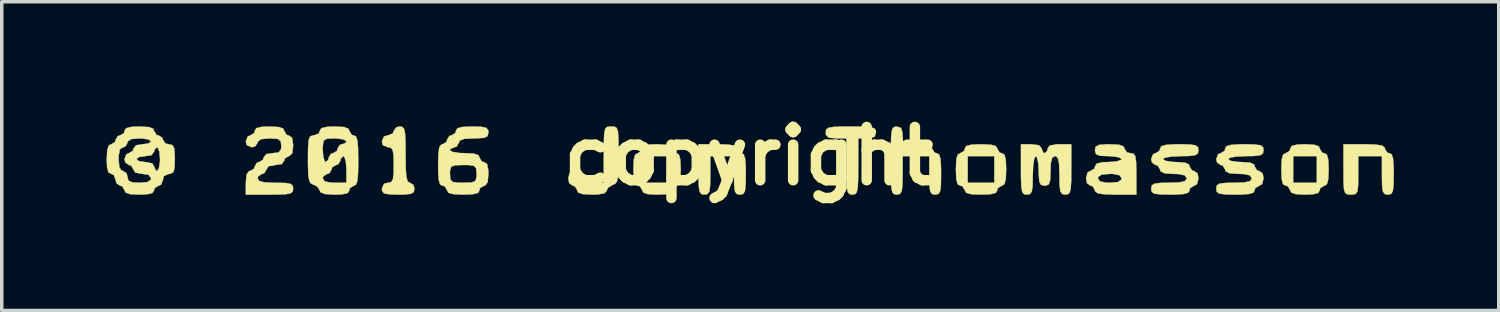
<source format=kicad_pcb>
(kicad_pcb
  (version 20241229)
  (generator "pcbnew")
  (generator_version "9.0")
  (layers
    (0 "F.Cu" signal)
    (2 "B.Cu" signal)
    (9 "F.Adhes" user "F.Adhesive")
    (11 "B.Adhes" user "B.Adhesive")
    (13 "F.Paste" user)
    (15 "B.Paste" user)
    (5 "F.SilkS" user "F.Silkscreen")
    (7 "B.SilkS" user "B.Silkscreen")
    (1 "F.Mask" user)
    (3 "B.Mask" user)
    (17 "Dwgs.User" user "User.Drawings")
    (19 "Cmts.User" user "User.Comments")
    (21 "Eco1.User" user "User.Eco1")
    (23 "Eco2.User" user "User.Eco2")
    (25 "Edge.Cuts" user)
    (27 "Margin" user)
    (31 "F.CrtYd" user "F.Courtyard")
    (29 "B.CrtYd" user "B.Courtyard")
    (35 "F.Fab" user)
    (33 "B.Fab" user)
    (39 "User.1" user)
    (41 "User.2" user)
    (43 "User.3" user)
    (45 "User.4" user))
  (footprint "copyright"
    (layer "F.Cu")
    (at 18.378 1.418)
    (property "Reference" "copyright" (at 0 0 0) (layer "F.SilkS") (effects (font (size 1.524 1.524) (thickness 0.3))))
    (attr through_hole)
    (fp_poly (pts (xy 3.271 -0.844) (xy 3.485 -0.829) (xy 3.595 -0.795) (xy 3.636 -0.734) (xy 3.641 -0.677) (xy 3.601 -0.553) (xy 3.452 -0.51) (xy 3.387 -0.508) (xy 3.133 -0.508) (xy 3.133 0.296) (xy 3.13 0.67) (xy 3.118 0.906) (xy 3.09 1.036) (xy 3.039 1.09) (xy 2.963 1.101) (xy 2.885 1.089) (xy 2.835 1.031) (xy 2.808 0.897) (xy 2.796 0.655) (xy 2.794 0.296) (xy 2.794 -0.508) (xy 2.498 -0.508) (xy 2.293 -0.527) (xy 2.211 -0.601) (xy 2.201 -0.677) (xy 2.215 -0.76) (xy 2.277 -0.81) (xy 2.421 -0.836) (xy 2.68 -0.846) (xy 2.921 -0.847) (xy 3.271 -0.844)) (stroke (width 0.01) (type solid)) (fill yes) (layer "F.SilkS"))
    (fp_poly (pts (xy -0.58 -0.33) (xy -0.409 -0.3) (xy -0.343 -0.24) (xy -0.339 -0.212) (xy -0.271 -0.099) (xy -0.212 -0.085) (xy -0.143 -0.05) (xy -0.103 0.076) (xy -0.087 0.322) (xy -0.085 0.508) (xy -0.089 0.819) (xy -0.11 0.998) (xy -0.157 1.08) (xy -0.241 1.101) (xy -0.254 1.101) (xy -0.346 1.084) (xy -0.397 1.007) (xy -0.419 0.834) (xy -0.423 0.55) (xy -0.423 0) (xy -1.101 0) (xy -1.101 0.55) (xy -1.106 0.848) (xy -1.129 1.014) (xy -1.183 1.086) (xy -1.27 1.101) (xy -1.352 1.087) (xy -1.403 1.025) (xy -1.429 0.881) (xy -1.438 0.622) (xy -1.439 0.381) (xy -1.439 -0.339) (xy -0.889 -0.339) (xy -0.58 -0.33)) (stroke (width 0.01) (type solid)) (fill yes) (layer "F.SilkS"))
    (fp_poly (pts (xy 17.933 -0.331) (xy 18.117 -0.304) (xy 18.195 -0.251) (xy 18.203 -0.212) (xy 18.271 -0.099) (xy 18.33 -0.085) (xy 18.399 -0.05) (xy 18.439 0.076) (xy 18.455 0.322) (xy 18.457 0.508) (xy 18.453 0.819) (xy 18.432 0.998) (xy 18.385 1.08) (xy 18.301 1.101) (xy 18.288 1.101) (xy 18.196 1.084) (xy 18.145 1.007) (xy 18.123 0.834) (xy 18.119 0.55) (xy 18.119 0) (xy 17.441 0) (xy 17.441 0.55) (xy 17.438 0.846) (xy 17.417 1.011) (xy 17.364 1.083) (xy 17.264 1.1) (xy 17.23 1.101) (xy 17.127 1.094) (xy 17.065 1.052) (xy 17.032 0.941) (xy 17.02 0.727) (xy 17.018 0.381) (xy 17.018 -0.339) (xy 17.611 -0.339) (xy 17.933 -0.331)) (stroke (width 0.01) (type solid)) (fill yes) (layer "F.SilkS"))
    (fp_poly (pts (xy -9.912 -0.835) (xy -9.862 -0.777) (xy -9.835 -0.643) (xy -9.824 -0.401) (xy -9.821 -0.042) (xy -9.817 0.341) (xy -9.8 0.584) (xy -9.767 0.714) (xy -9.713 0.76) (xy -9.694 0.762) (xy -9.591 0.833) (xy -9.567 0.931) (xy -9.588 1.029) (xy -9.675 1.08) (xy -9.87 1.099) (xy -10.033 1.101) (xy -10.302 1.093) (xy -10.442 1.062) (xy -10.494 0.991) (xy -10.499 0.931) (xy -10.439 0.79) (xy -10.329 0.762) (xy -10.235 0.743) (xy -10.184 0.662) (xy -10.163 0.479) (xy -10.16 0.254) (xy -10.166 -0.03) (xy -10.193 -0.183) (xy -10.254 -0.245) (xy -10.329 -0.254) (xy -10.471 -0.314) (xy -10.499 -0.423) (xy -10.439 -0.565) (xy -10.329 -0.593) (xy -10.191 -0.646) (xy -10.16 -0.72) (xy -10.089 -0.823) (xy -9.991 -0.847) (xy -9.912 -0.835)) (stroke (width 0.01) (type solid)) (fill yes) (layer "F.SilkS"))
    (fp_poly (pts (xy -3.839 -0.841) (xy -3.778 -0.804) (xy -3.743 -0.702) (xy -3.729 -0.506) (xy -3.725 -0.183) (xy -3.725 -0.034) (xy -3.728 0.344) (xy -3.742 0.586) (xy -3.772 0.725) (xy -3.825 0.794) (xy -3.895 0.822) (xy -4.032 0.907) (xy -4.064 0.984) (xy -4.122 1.059) (xy -4.31 1.095) (xy -4.487 1.101) (xy -4.754 1.087) (xy -4.884 1.04) (xy -4.911 0.974) (xy -4.978 0.861) (xy -5.038 0.847) (xy -5.14 0.773) (xy -5.165 0.635) (xy -5.125 0.469) (xy -4.995 0.423) (xy -4.854 0.483) (xy -4.826 0.593) (xy -4.798 0.703) (xy -4.683 0.752) (xy -4.487 0.762) (xy -4.149 0.762) (xy -4.149 -0.042) (xy -4.147 -0.415) (xy -4.137 -0.65) (xy -4.11 -0.779) (xy -4.058 -0.834) (xy -3.973 -0.846) (xy -3.937 -0.847) (xy -3.839 -0.841)) (stroke (width 0.01) (type solid)) (fill yes) (layer "F.SilkS"))
    (fp_poly (pts (xy -2.358 -0.325) (xy -2.228 -0.278) (xy -2.201 -0.212) (xy -2.134 -0.099) (xy -2.074 -0.085) (xy -1.998 -0.043) (xy -1.958 0.104) (xy -1.947 0.381) (xy -1.959 0.662) (xy -1.999 0.806) (xy -2.074 0.847) (xy -2.187 0.914) (xy -2.201 0.974) (xy -2.247 1.054) (xy -2.404 1.093) (xy -2.625 1.101) (xy -2.891 1.087) (xy -3.021 1.04) (xy -3.048 0.974) (xy -3.116 0.861) (xy -3.175 0.847) (xy -3.252 0.805) (xy -3.291 0.658) (xy -3.302 0.381) (xy -3.291 0.1) (xy -3.263 0) (xy -2.963 0) (xy -2.963 0.762) (xy -2.286 0.762) (xy -2.286 0) (xy -2.963 0) (xy -3.263 0) (xy -3.251 -0.044) (xy -3.175 -0.085) (xy -3.063 -0.152) (xy -3.048 -0.212) (xy -3.003 -0.292) (xy -2.846 -0.331) (xy -2.625 -0.339) (xy -2.358 -0.325)) (stroke (width 0.01) (type solid)) (fill yes) (layer "F.SilkS"))
    (fp_poly (pts (xy 6.927 -0.327) (xy 7.072 -0.287) (xy 7.112 -0.212) (xy 7.18 -0.099) (xy 7.239 -0.085) (xy 7.316 -0.043) (xy 7.355 0.104) (xy 7.366 0.381) (xy 7.355 0.662) (xy 7.315 0.806) (xy 7.239 0.847) (xy 7.127 0.914) (xy 7.112 0.974) (xy 7.07 1.05) (xy 6.923 1.09) (xy 6.646 1.101) (xy 6.366 1.089) (xy 6.221 1.049) (xy 6.181 0.974) (xy 6.113 0.861) (xy 6.054 0.847) (xy 5.977 0.805) (xy 5.938 0.658) (xy 5.927 0.381) (xy 5.938 0.1) (xy 5.966 0) (xy 6.265 0) (xy 6.265 0.762) (xy 7.027 0.762) (xy 7.027 0) (xy 6.265 0) (xy 5.966 0) (xy 5.978 -0.044) (xy 6.054 -0.085) (xy 6.166 -0.152) (xy 6.181 -0.212) (xy 6.222 -0.288) (xy 6.369 -0.328) (xy 6.646 -0.339) (xy 6.927 -0.327)) (stroke (width 0.01) (type solid)) (fill yes) (layer "F.SilkS"))
    (fp_poly (pts (xy 16.184 -0.325) (xy 16.314 -0.278) (xy 16.341 -0.212) (xy 16.408 -0.099) (xy 16.468 -0.085) (xy 16.544 -0.043) (xy 16.584 0.104) (xy 16.595 0.381) (xy 16.583 0.662) (xy 16.543 0.806) (xy 16.468 0.847) (xy 16.355 0.914) (xy 16.341 0.974) (xy 16.295 1.054) (xy 16.138 1.093) (xy 15.917 1.101) (xy 15.651 1.087) (xy 15.521 1.04) (xy 15.494 0.974) (xy 15.426 0.861) (xy 15.367 0.847) (xy 15.29 0.805) (xy 15.251 0.658) (xy 15.24 0.381) (xy 15.251 0.1) (xy 15.279 0) (xy 15.579 0) (xy 15.579 0.762) (xy 16.256 0.762) (xy 16.256 0) (xy 15.579 0) (xy 15.279 0) (xy 15.291 -0.044) (xy 15.367 -0.085) (xy 15.479 -0.152) (xy 15.494 -0.212) (xy 15.539 -0.292) (xy 15.696 -0.331) (xy 15.917 -0.339) (xy 16.184 -0.325)) (stroke (width 0.01) (type solid)) (fill yes) (layer "F.SilkS"))
    (fp_poly (pts (xy 4.357 -0.807) (xy 4.401 -0.658) (xy 4.403 -0.593) (xy 4.412 -0.442) (xy 4.469 -0.367) (xy 4.617 -0.342) (xy 4.826 -0.339) (xy 5.092 -0.325) (xy 5.222 -0.278) (xy 5.249 -0.212) (xy 5.317 -0.099) (xy 5.376 -0.085) (xy 5.445 -0.05) (xy 5.485 0.076) (xy 5.501 0.322) (xy 5.503 0.508) (xy 5.499 0.819) (xy 5.478 0.998) (xy 5.431 1.08) (xy 5.347 1.101) (xy 5.334 1.101) (xy 5.242 1.084) (xy 5.191 1.007) (xy 5.169 0.834) (xy 5.165 0.55) (xy 5.165 0) (xy 4.403 0) (xy 4.403 0.55) (xy 4.397 0.848) (xy 4.374 1.014) (xy 4.321 1.086) (xy 4.233 1.101) (xy 4.161 1.09) (xy 4.112 1.04) (xy 4.083 0.922) (xy 4.069 0.706) (xy 4.064 0.365) (xy 4.064 0.127) (xy 4.066 -0.291) (xy 4.075 -0.569) (xy 4.095 -0.735) (xy 4.133 -0.817) (xy 4.192 -0.844) (xy 4.233 -0.847) (xy 4.357 -0.807)) (stroke (width 0.01) (type solid)) (fill yes) (layer "F.SilkS"))
    (fp_poly (pts (xy 8.305 -0.311) (xy 8.381 -0.223) (xy 8.382 -0.212) (xy 8.428 -0.099) (xy 8.467 -0.085) (xy 8.542 -0.153) (xy 8.551 -0.212) (xy 8.607 -0.3) (xy 8.793 -0.336) (xy 8.89 -0.339) (xy 9.229 -0.339) (xy 9.229 0.381) (xy 9.226 0.731) (xy 9.211 0.945) (xy 9.177 1.055) (xy 9.116 1.096) (xy 9.059 1.101) (xy 8.968 1.084) (xy 8.917 1.007) (xy 8.895 0.834) (xy 8.89 0.55) (xy 8.882 0.242) (xy 8.851 0.07) (xy 8.792 0.004) (xy 8.763 0) (xy 8.683 0.045) (xy 8.644 0.202) (xy 8.636 0.423) (xy 8.627 0.677) (xy 8.589 0.804) (xy 8.506 0.845) (xy 8.467 0.847) (xy 8.365 0.824) (xy 8.314 0.73) (xy 8.298 0.521) (xy 8.297 0.423) (xy 8.282 0.182) (xy 8.243 0.029) (xy 8.213 0) (xy 8.168 0.078) (xy 8.138 0.284) (xy 8.128 0.55) (xy 8.123 0.848) (xy 8.099 1.014) (xy 8.046 1.086) (xy 7.959 1.101) (xy 7.876 1.087) (xy 7.826 1.025) (xy 7.8 0.881) (xy 7.79 0.622) (xy 7.789 0.381) (xy 7.789 -0.339) (xy 8.086 -0.339) (xy 8.305 -0.311)) (stroke (width 0.01) (type solid)) (fill yes) (layer "F.SilkS"))
    (fp_poly (pts (xy 10.596 -0.325) (xy 10.726 -0.278) (xy 10.753 -0.212) (xy 10.823 -0.108) (xy 10.922 -0.085) (xy 11.011 -0.069) (xy 11.062 0.003) (xy 11.085 0.168) (xy 11.091 0.461) (xy 11.091 0.508) (xy 11.091 1.101) (xy 10.499 1.101) (xy 10.177 1.093) (xy 9.992 1.066) (xy 9.915 1.013) (xy 9.906 0.974) (xy 9.838 0.861) (xy 9.779 0.847) (xy 9.677 0.773) (xy 9.652 0.635) (xy 9.991 0.635) (xy 10.047 0.723) (xy 10.232 0.76) (xy 10.329 0.762) (xy 10.565 0.741) (xy 10.662 0.672) (xy 10.668 0.635) (xy 10.612 0.547) (xy 10.427 0.51) (xy 10.329 0.508) (xy 10.094 0.529) (xy 9.997 0.598) (xy 9.991 0.635) (xy 9.652 0.635) (xy 9.696 0.465) (xy 9.779 0.423) (xy 9.891 0.356) (xy 9.906 0.296) (xy 9.956 0.213) (xy 10.125 0.174) (xy 10.287 0.169) (xy 10.514 0.153) (xy 10.651 0.11) (xy 10.668 0.085) (xy 10.592 0.034) (xy 10.401 0.004) (xy 10.287 0) (xy 10.049 -0.011) (xy 9.936 -0.057) (xy 9.906 -0.157) (xy 9.906 -0.169) (xy 9.928 -0.271) (xy 10.023 -0.322) (xy 10.231 -0.338) (xy 10.329 -0.339) (xy 10.596 -0.325)) (stroke (width 0.01) (type solid)) (fill yes) (layer "F.SilkS"))
    (fp_poly (pts (xy 12.617 -0.333) (xy 12.783 -0.31) (xy 12.855 -0.257) (xy 12.869 -0.169) (xy 12.851 -0.075) (xy 12.769 -0.024) (xy 12.586 -0.003) (xy 12.361 0) (xy 12.091 0.013) (xy 11.907 0.046) (xy 11.853 0.085) (xy 11.929 0.135) (xy 12.12 0.165) (xy 12.234 0.169) (xy 12.485 0.186) (xy 12.6 0.242) (xy 12.615 0.296) (xy 12.683 0.409) (xy 12.742 0.423) (xy 12.844 0.497) (xy 12.869 0.635) (xy 12.825 0.805) (xy 12.742 0.847) (xy 12.63 0.914) (xy 12.615 0.974) (xy 12.579 1.045) (xy 12.447 1.084) (xy 12.19 1.1) (xy 12.065 1.101) (xy 11.767 1.095) (xy 11.601 1.072) (xy 11.529 1.019) (xy 11.515 0.931) (xy 11.533 0.837) (xy 11.615 0.786) (xy 11.798 0.765) (xy 12.023 0.762) (xy 12.318 0.752) (xy 12.476 0.718) (xy 12.53 0.65) (xy 12.531 0.635) (xy 12.481 0.551) (xy 12.311 0.513) (xy 12.15 0.508) (xy 11.899 0.491) (xy 11.784 0.435) (xy 11.769 0.381) (xy 11.701 0.269) (xy 11.642 0.254) (xy 11.538 0.183) (xy 11.515 0.085) (xy 11.568 -0.053) (xy 11.642 -0.085) (xy 11.754 -0.152) (xy 11.769 -0.212) (xy 11.805 -0.283) (xy 11.937 -0.322) (xy 12.194 -0.338) (xy 12.319 -0.339) (xy 12.617 -0.333)) (stroke (width 0.01) (type solid)) (fill yes) (layer "F.SilkS"))
    (fp_poly (pts (xy 14.479 -0.333) (xy 14.646 -0.31) (xy 14.717 -0.257) (xy 14.732 -0.169) (xy 14.713 -0.075) (xy 14.632 -0.024) (xy 14.449 -0.003) (xy 14.224 0) (xy 13.953 0.013) (xy 13.77 0.046) (xy 13.716 0.085) (xy 13.792 0.135) (xy 13.983 0.165) (xy 14.097 0.169) (xy 14.348 0.186) (xy 14.463 0.242) (xy 14.478 0.296) (xy 14.546 0.409) (xy 14.605 0.423) (xy 14.707 0.497) (xy 14.732 0.635) (xy 14.688 0.805) (xy 14.605 0.847) (xy 14.493 0.914) (xy 14.478 0.974) (xy 14.441 1.045) (xy 14.31 1.084) (xy 14.053 1.1) (xy 13.928 1.101) (xy 13.63 1.095) (xy 13.464 1.072) (xy 13.392 1.019) (xy 13.377 0.931) (xy 13.396 0.837) (xy 13.477 0.786) (xy 13.66 0.765) (xy 13.885 0.762) (xy 14.18 0.752) (xy 14.339 0.718) (xy 14.392 0.65) (xy 14.393 0.635) (xy 14.343 0.551) (xy 14.174 0.513) (xy 14.012 0.508) (xy 13.761 0.491) (xy 13.647 0.435) (xy 13.631 0.381) (xy 13.564 0.269) (xy 13.504 0.254) (xy 13.401 0.183) (xy 13.377 0.085) (xy 13.43 -0.053) (xy 13.504 -0.085) (xy 13.617 -0.152) (xy 13.631 -0.212) (xy 13.668 -0.283) (xy 13.799 -0.322) (xy 14.057 -0.338) (xy 14.182 -0.339) (xy 14.479 -0.333)) (stroke (width 0.01) (type solid)) (fill yes) (layer "F.SilkS"))
    (fp_poly (pts (xy -13.45 -0.833) (xy -13.32 -0.786) (xy -13.293 -0.72) (xy -13.225 -0.607) (xy -13.166 -0.593) (xy -13.072 -0.528) (xy -13.039 -0.323) (xy -13.039 -0.296) (xy -13.066 -0.077) (xy -13.154 -0.001) (xy -13.166 0) (xy -13.278 0.068) (xy -13.293 0.127) (xy -13.368 0.228) (xy -13.547 0.254) (xy -13.748 0.292) (xy -13.801 0.381) (xy -13.868 0.493) (xy -13.928 0.508) (xy -14.04 0.576) (xy -14.055 0.635) (xy -14.016 0.709) (xy -13.877 0.748) (xy -13.608 0.762) (xy -13.547 0.762) (xy -13.263 0.768) (xy -13.11 0.795) (xy -13.048 0.856) (xy -13.039 0.931) (xy -13.053 1.016) (xy -13.118 1.066) (xy -13.268 1.092) (xy -13.537 1.1) (xy -13.716 1.101) (xy -14.393 1.101) (xy -14.393 0.762) (xy -14.372 0.527) (xy -14.303 0.429) (xy -14.266 0.423) (xy -14.154 0.356) (xy -14.139 0.296) (xy -14.072 0.184) (xy -14.012 0.169) (xy -13.9 0.102) (xy -13.885 0.042) (xy -13.81 -0.058) (xy -13.631 -0.085) (xy -13.45 -0.107) (xy -13.383 -0.204) (xy -13.377 -0.296) (xy -13.396 -0.433) (xy -13.483 -0.493) (xy -13.687 -0.508) (xy -13.716 -0.508) (xy -13.951 -0.487) (xy -14.049 -0.418) (xy -14.055 -0.381) (xy -14.125 -0.278) (xy -14.224 -0.254) (xy -14.366 -0.314) (xy -14.393 -0.423) (xy -14.34 -0.561) (xy -14.266 -0.593) (xy -14.154 -0.66) (xy -14.139 -0.72) (xy -14.094 -0.8) (xy -13.937 -0.839) (xy -13.716 -0.847) (xy -13.45 -0.833)) (stroke (width 0.01) (type solid)) (fill yes) (layer "F.SilkS"))
    (fp_poly (pts (xy -7.647 -0.839) (xy -7.507 -0.808) (xy -7.456 -0.737) (xy -7.451 -0.677) (xy -7.473 -0.576) (xy -7.568 -0.525) (xy -7.776 -0.509) (xy -7.874 -0.508) (xy -8.14 -0.494) (xy -8.27 -0.447) (xy -8.297 -0.381) (xy -8.365 -0.269) (xy -8.424 -0.254) (xy -8.537 -0.208) (xy -8.551 -0.169) (xy -8.475 -0.121) (xy -8.28 -0.09) (xy -8.128 -0.085) (xy -7.862 -0.071) (xy -7.732 -0.024) (xy -7.705 0.042) (xy -7.637 0.155) (xy -7.578 0.169) (xy -7.489 0.225) (xy -7.453 0.411) (xy -7.451 0.508) (xy -7.472 0.743) (xy -7.541 0.841) (xy -7.578 0.847) (xy -7.69 0.914) (xy -7.705 0.974) (xy -7.746 1.05) (xy -7.893 1.09) (xy -8.17 1.101) (xy -8.451 1.089) (xy -8.596 1.049) (xy -8.636 0.974) (xy -8.704 0.861) (xy -8.763 0.847) (xy -8.832 0.812) (xy -8.871 0.686) (xy -8.884 0.508) (xy -8.551 0.508) (xy -8.54 0.664) (xy -8.477 0.738) (xy -8.314 0.761) (xy -8.17 0.762) (xy -7.936 0.755) (xy -7.825 0.712) (xy -7.791 0.604) (xy -7.789 0.508) (xy -7.8 0.352) (xy -7.864 0.278) (xy -8.027 0.255) (xy -8.17 0.254) (xy -8.405 0.261) (xy -8.516 0.304) (xy -8.549 0.412) (xy -8.551 0.508) (xy -8.884 0.508) (xy -8.888 0.44) (xy -8.89 0.254) (xy -8.883 -0.068) (xy -8.856 -0.252) (xy -8.803 -0.33) (xy -8.763 -0.339) (xy -8.651 -0.406) (xy -8.636 -0.466) (xy -8.568 -0.578) (xy -8.509 -0.593) (xy -8.397 -0.66) (xy -8.382 -0.72) (xy -8.34 -0.796) (xy -8.193 -0.836) (xy -7.916 -0.847) (xy -7.647 -0.839)) (stroke (width 0.01) (type solid)) (fill yes) (layer "F.SilkS"))
    (fp_poly (pts (xy -11.587 -0.833) (xy -11.457 -0.786) (xy -11.43 -0.72) (xy -11.362 -0.607) (xy -11.303 -0.593) (xy -11.24 -0.562) (xy -11.201 -0.45) (xy -11.181 -0.228) (xy -11.176 0.127) (xy -11.181 0.487) (xy -11.201 0.707) (xy -11.24 0.817) (xy -11.303 0.847) (xy -11.415 0.914) (xy -11.43 0.974) (xy -11.475 1.054) (xy -11.632 1.093) (xy -11.853 1.101) (xy -12.128 1.085) (xy -12.258 1.033) (xy -12.277 0.984) (xy -12.348 0.87) (xy -12.446 0.822) (xy -12.531 0.783) (xy -12.581 0.697) (xy -12.59 0.635) (xy -12.192 0.635) (xy -12.136 0.723) (xy -11.951 0.76) (xy -11.853 0.762) (xy -11.515 0.762) (xy -11.515 0.381) (xy -11.531 0.154) (xy -11.574 0.017) (xy -11.599 0) (xy -11.674 0.069) (xy -11.684 0.127) (xy -11.752 0.239) (xy -11.811 0.254) (xy -11.923 0.322) (xy -11.938 0.381) (xy -12.006 0.493) (xy -12.065 0.508) (xy -12.177 0.576) (xy -12.192 0.635) (xy -12.59 0.635) (xy -12.607 0.527) (xy -12.615 0.237) (xy -12.615 0.093) (xy -12.613 -0.169) (xy -12.192 -0.169) (xy -12.173 0.043) (xy -12.126 0.161) (xy -12.107 0.169) (xy -12.032 0.101) (xy -12.023 0.042) (xy -11.955 -0.07) (xy -11.896 -0.085) (xy -11.783 -0.152) (xy -11.769 -0.212) (xy -11.701 -0.324) (xy -11.642 -0.339) (xy -11.529 -0.384) (xy -11.515 -0.423) (xy -11.59 -0.476) (xy -11.777 -0.506) (xy -11.853 -0.508) (xy -12.07 -0.5) (xy -12.166 -0.443) (xy -12.191 -0.288) (xy -12.192 -0.169) (xy -12.613 -0.169) (xy -12.612 -0.247) (xy -12.596 -0.452) (xy -12.559 -0.555) (xy -12.493 -0.59) (xy -12.446 -0.593) (xy -12.308 -0.646) (xy -12.277 -0.72) (xy -12.231 -0.8) (xy -12.074 -0.839) (xy -11.853 -0.847) (xy -11.587 -0.833)) (stroke (width 0.01) (type solid)) (fill yes) (layer "F.SilkS"))
    (fp_poly (pts (xy -17.175 -0.833) (xy -17.045 -0.786) (xy -17.018 -0.72) (xy -16.95 -0.607) (xy -16.891 -0.593) (xy -16.779 -0.525) (xy -16.764 -0.466) (xy -16.693 -0.362) (xy -16.595 -0.339) (xy -16.493 -0.316) (xy -16.442 -0.222) (xy -16.426 -0.013) (xy -16.425 0.085) (xy -16.434 0.339) (xy -16.472 0.465) (xy -16.555 0.506) (xy -16.595 0.508) (xy -16.736 0.568) (xy -16.764 0.677) (xy -16.817 0.815) (xy -16.891 0.847) (xy -17.003 0.914) (xy -17.018 0.974) (xy -17.063 1.054) (xy -17.22 1.093) (xy -17.441 1.101) (xy -17.708 1.087) (xy -17.838 1.04) (xy -17.865 0.974) (xy -17.932 0.861) (xy -17.992 0.847) (xy -18.095 0.776) (xy -18.119 0.677) (xy -18.172 0.539) (xy -18.246 0.508) (xy -18.326 0.463) (xy -18.365 0.306) (xy -18.373 0.085) (xy -18.034 0.085) (xy -18.013 0.32) (xy -17.944 0.417) (xy -17.907 0.423) (xy -17.804 0.494) (xy -17.78 0.593) (xy -17.752 0.703) (xy -17.637 0.752) (xy -17.441 0.762) (xy -17.206 0.741) (xy -17.109 0.672) (xy -17.103 0.635) (xy -17.178 0.534) (xy -17.357 0.508) (xy -17.558 0.47) (xy -17.611 0.381) (xy -17.678 0.269) (xy -17.738 0.254) (xy -17.841 0.183) (xy -17.865 0.085) (xy -17.526 0.085) (xy -17.452 0.144) (xy -17.275 0.169) (xy -17.272 0.169) (xy -17.07 0.207) (xy -17.018 0.296) (xy -16.972 0.409) (xy -16.933 0.423) (xy -16.88 0.348) (xy -16.851 0.161) (xy -16.849 0.085) (xy -16.867 -0.127) (xy -16.914 -0.245) (xy -16.933 -0.254) (xy -17.008 -0.185) (xy -17.018 -0.127) (xy -17.094 -0.026) (xy -17.272 0) (xy -17.45 0.025) (xy -17.526 0.084) (xy -17.526 0.085) (xy -17.865 0.085) (xy -17.812 -0.053) (xy -17.738 -0.085) (xy -17.625 -0.152) (xy -17.611 -0.212) (xy -17.535 -0.312) (xy -17.357 -0.339) (xy -17.178 -0.363) (xy -17.103 -0.422) (xy -17.103 -0.423) (xy -17.178 -0.476) (xy -17.365 -0.506) (xy -17.441 -0.508) (xy -17.677 -0.487) (xy -17.774 -0.418) (xy -17.78 -0.381) (xy -17.848 -0.269) (xy -17.907 -0.254) (xy -17.995 -0.198) (xy -18.032 -0.013) (xy -18.034 0.085) (xy -18.373 0.085) (xy -18.359 -0.182) (xy -18.312 -0.312) (xy -18.246 -0.339) (xy -18.133 -0.406) (xy -18.119 -0.466) (xy -18.051 -0.578) (xy -17.992 -0.593) (xy -17.879 -0.66) (xy -17.865 -0.72) (xy -17.819 -0.8) (xy -17.662 -0.839) (xy -17.441 -0.847) (xy -17.175 -0.833)) (stroke (width 0.01) (type solid)) (fill yes) (layer "F.SilkS")))
  (gr_rect
    (start -3 -3)
    (end 39.84 5.836)
    (stroke (width 0.1) (type default))
    (fill no)
    (layer "Edge.Cuts")))
</source>
